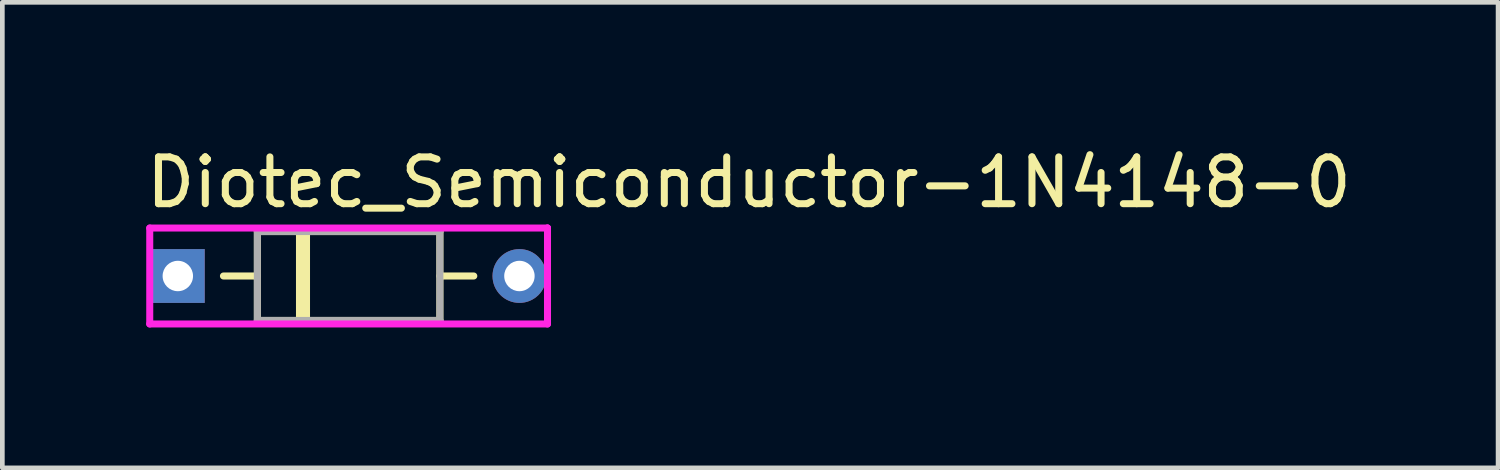
<source format=kicad_pcb>
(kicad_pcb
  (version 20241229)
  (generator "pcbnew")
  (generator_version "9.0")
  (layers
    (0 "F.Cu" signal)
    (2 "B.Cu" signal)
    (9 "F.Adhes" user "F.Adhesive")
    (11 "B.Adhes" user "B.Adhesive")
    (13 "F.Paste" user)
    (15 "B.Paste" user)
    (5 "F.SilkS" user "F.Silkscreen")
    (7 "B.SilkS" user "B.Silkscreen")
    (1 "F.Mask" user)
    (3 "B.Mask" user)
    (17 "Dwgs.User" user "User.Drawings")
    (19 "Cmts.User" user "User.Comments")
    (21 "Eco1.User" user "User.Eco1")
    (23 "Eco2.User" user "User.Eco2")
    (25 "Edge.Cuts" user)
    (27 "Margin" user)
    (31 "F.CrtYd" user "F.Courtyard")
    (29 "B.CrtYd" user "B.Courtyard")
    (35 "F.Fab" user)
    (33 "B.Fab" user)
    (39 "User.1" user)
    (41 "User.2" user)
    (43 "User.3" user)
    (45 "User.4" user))
  (footprint "Diotec_Semiconductor-1N4148-0"
    (layer "F.Cu")
    (at 4.4 2.848)
    (property "Reference" "Diotec_Semiconductor-1N4148-0" (at -4.4 -2 0) (layer "F.SilkS") (effects (font (size 1 1) (thickness 0.15)) (justify left)))
    (attr through_hole)
    (fp_line (start -1.95 -0.95) (end 1.95 -0.95) (stroke (width 0.15) (type solid)) (layer "F.SilkS"))
    (fp_line (start -1.95 0) (end -2.675 0) (stroke (width 0.15) (type solid)) (layer "F.SilkS"))
    (fp_line (start -1.95 0.95) (end -1.95 -0.95) (stroke (width 0.15) (type solid)) (layer "F.SilkS"))
    (fp_line (start -0.975 0.88) (end -0.975 -0.88) (stroke (width 0.3) (type solid)) (layer "F.SilkS"))
    (fp_line (start 1.95 -0.95) (end 1.95 0.95) (stroke (width 0.15) (type solid)) (layer "F.SilkS"))
    (fp_line (start 1.95 0) (end 2.675 0) (stroke (width 0.15) (type solid)) (layer "F.SilkS"))
    (fp_line (start 1.95 0.95) (end -1.95 0.95) (stroke (width 0.15) (type solid)) (layer "F.SilkS"))
    (fp_line (start -4.25 -1.025) (end -4.25 1.025) (stroke (width 0.15) (type solid)) (layer "F.CrtYd"))
    (fp_line (start -4.25 1.025) (end 4.25 1.025) (stroke (width 0.15) (type solid)) (layer "F.CrtYd"))
    (fp_line (start 4.25 -1.025) (end -4.25 -1.025) (stroke (width 0.15) (type solid)) (layer "F.CrtYd"))
    (fp_line (start 4.25 -1.025) (end 4.25 -1.025) (stroke (width 0.15) (type solid)) (layer "F.CrtYd"))
    (fp_line (start 4.25 1.025) (end 4.25 -1.025) (stroke (width 0.15) (type solid)) (layer "F.CrtYd"))
    (fp_line (start -1.95 -0.95) (end 1.95 -0.95) (stroke (width 0.15) (type solid)) (layer "F.Fab"))
    (fp_line (start -1.95 0.95) (end -1.95 -0.95) (stroke (width 0.15) (type solid)) (layer "F.Fab"))
    (fp_line (start 1.95 -0.95) (end 1.95 0.95) (stroke (width 0.15) (type solid)) (layer "F.Fab"))
    (fp_line (start 1.95 0.95) (end -1.95 0.95) (stroke (width 0.15) (type solid)) (layer "F.Fab"))
    (pad "1" thru_hole rect (at -3.65 0) (size 1.15 1.15) (drill 0.65) (layers "*.Cu"))
    (pad "2" thru_hole circle (at 3.65 0) (size 1.15 1.15) (drill 0.65) (layers "*.Cu")))
  (gr_rect
    (start -3 -3)
    (end 28.964 6.948)
    (stroke (width 0.1) (type default))
    (fill no)
    (layer "Edge.Cuts")))
</source>
